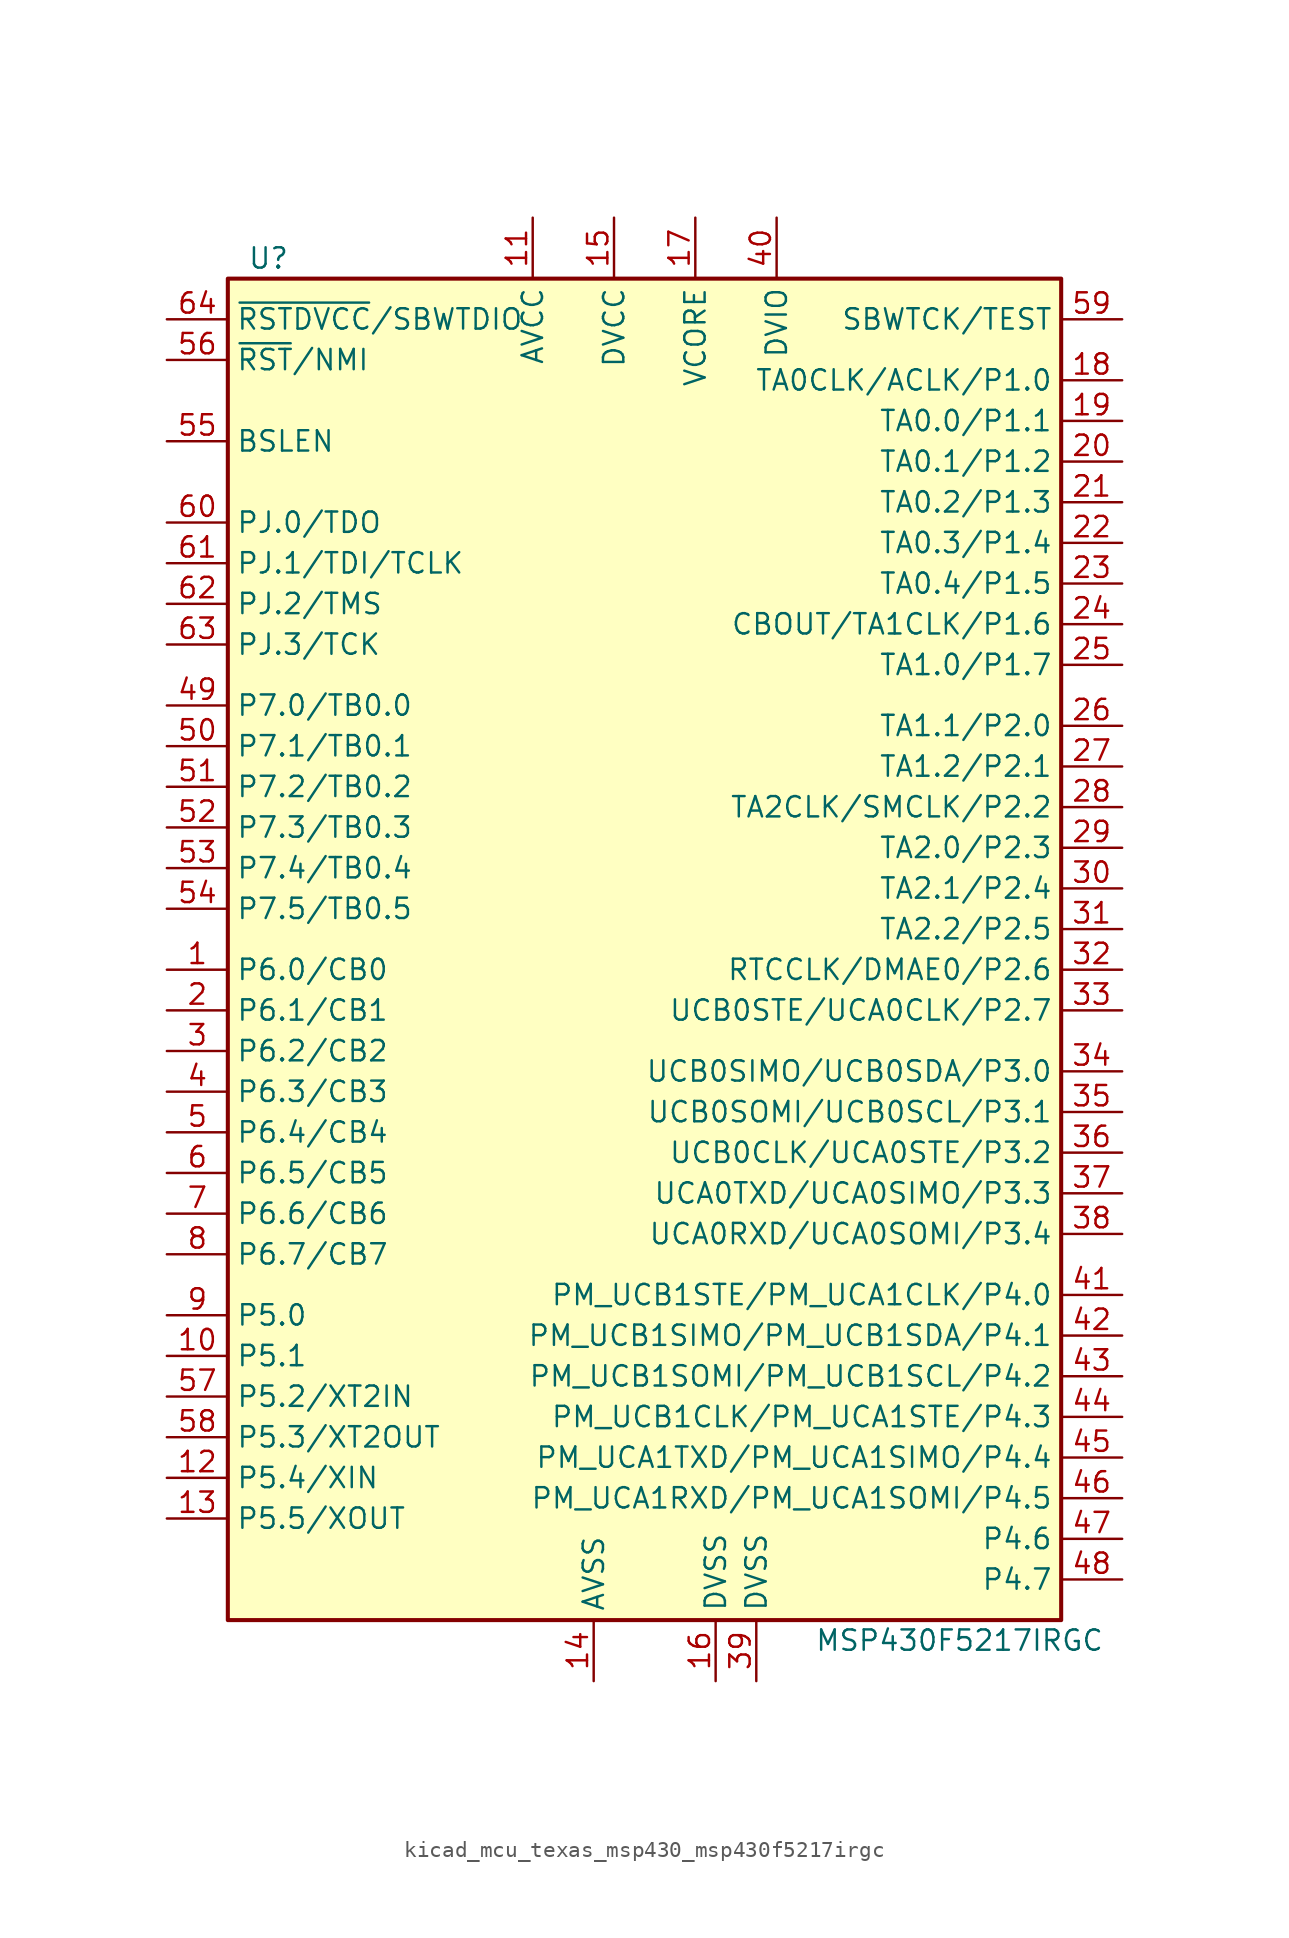
<source format=kicad_sym>
(kicad_symbol_lib
  (version 20220914)
  (generator kicad_symbol_editor)
  (symbol "kicad_mcu_texas_msp430_msp430f5217irgc"
    (property "Reference" "U"
      (at -24.13 43.18 0)
      (effects (font (size 1.27 1.27))))
    (property "Value" "MSP430F5217IRGC"
      (at 19.05 -43.18 0)
      (effects (font (size 1.27 1.27))))
    (symbol "kicad_mcu_texas_msp430_msp430f5217irgc_0_1"
      (rectangle (start -26.67 41.91) (end 25.4 -41.91) (stroke (width 0.254) (type default)) (fill (type background))))
    (symbol "kicad_mcu_texas_msp430_msp430f5217irgc_1_1"
      (pin bidirectional line (at -30.48 -1.27 0) (length 3.81) (name "P6.0/CB0" (effects (font (size 1.27 1.27)))) (number "1" (effects (font (size 1.27 1.27)))))
      (pin bidirectional line (at -30.48 -25.4 0) (length 3.81) (name "P5.1" (effects (font (size 1.27 1.27)))) (number "10" (effects (font (size 1.27 1.27)))))
      (pin power_in line (at -7.62 45.72 270) (length 3.81) (name "AVCC" (effects (font (size 1.27 1.27)))) (number "11" (effects (font (size 1.27 1.27)))))
      (pin bidirectional line (at -30.48 -33.02 0) (length 3.81) (name "P5.4/XIN" (effects (font (size 1.27 1.27)))) (number "12" (effects (font (size 1.27 1.27)))))
      (pin bidirectional line (at -30.48 -35.56 0) (length 3.81) (name "P5.5/XOUT" (effects (font (size 1.27 1.27)))) (number "13" (effects (font (size 1.27 1.27)))))
      (pin power_in line (at -3.81 -45.72 90) (length 3.81) (name "AVSS" (effects (font (size 1.27 1.27)))) (number "14" (effects (font (size 1.27 1.27)))))
      (pin power_in line (at -2.54 45.72 270) (length 3.81) (name "DVCC" (effects (font (size 1.27 1.27)))) (number "15" (effects (font (size 1.27 1.27)))))
      (pin power_in line (at 3.81 -45.72 90) (length 3.81) (name "DVSS" (effects (font (size 1.27 1.27)))) (number "16" (effects (font (size 1.27 1.27)))))
      (pin power_in line (at 2.54 45.72 270) (length 3.81) (name "VCORE" (effects (font (size 1.27 1.27)))) (number "17" (effects (font (size 1.27 1.27)))))
      (pin bidirectional line (at 29.21 35.56 180) (length 3.81) (name "TA0CLK/ACLK/P1.0" (effects (font (size 1.27 1.27)))) (number "18" (effects (font (size 1.27 1.27)))))
      (pin bidirectional line (at 29.21 33.02 180) (length 3.81) (name "TA0.0/P1.1" (effects (font (size 1.27 1.27)))) (number "19" (effects (font (size 1.27 1.27)))))
      (pin bidirectional line (at -30.48 -3.81 0) (length 3.81) (name "P6.1/CB1" (effects (font (size 1.27 1.27)))) (number "2" (effects (font (size 1.27 1.27)))))
      (pin bidirectional line (at 29.21 30.48 180) (length 3.81) (name "TA0.1/P1.2" (effects (font (size 1.27 1.27)))) (number "20" (effects (font (size 1.27 1.27)))))
      (pin bidirectional line (at 29.21 27.94 180) (length 3.81) (name "TA0.2/P1.3" (effects (font (size 1.27 1.27)))) (number "21" (effects (font (size 1.27 1.27)))))
      (pin bidirectional line (at 29.21 25.4 180) (length 3.81) (name "TA0.3/P1.4" (effects (font (size 1.27 1.27)))) (number "22" (effects (font (size 1.27 1.27)))))
      (pin bidirectional line (at 29.21 22.86 180) (length 3.81) (name "TA0.4/P1.5" (effects (font (size 1.27 1.27)))) (number "23" (effects (font (size 1.27 1.27)))))
      (pin bidirectional line (at 29.21 20.32 180) (length 3.81) (name "CBOUT/TA1CLK/P1.6" (effects (font (size 1.27 1.27)))) (number "24" (effects (font (size 1.27 1.27)))))
      (pin bidirectional line (at 29.21 17.78 180) (length 3.81) (name "TA1.0/P1.7" (effects (font (size 1.27 1.27)))) (number "25" (effects (font (size 1.27 1.27)))))
      (pin bidirectional line (at 29.21 13.97 180) (length 3.81) (name "TA1.1/P2.0" (effects (font (size 1.27 1.27)))) (number "26" (effects (font (size 1.27 1.27)))))
      (pin bidirectional line (at 29.21 11.43 180) (length 3.81) (name "TA1.2/P2.1" (effects (font (size 1.27 1.27)))) (number "27" (effects (font (size 1.27 1.27)))))
      (pin bidirectional line (at 29.21 8.89 180) (length 3.81) (name "TA2CLK/SMCLK/P2.2" (effects (font (size 1.27 1.27)))) (number "28" (effects (font (size 1.27 1.27)))))
      (pin bidirectional line (at 29.21 6.35 180) (length 3.81) (name "TA2.0/P2.3" (effects (font (size 1.27 1.27)))) (number "29" (effects (font (size 1.27 1.27)))))
      (pin bidirectional line (at -30.48 -6.35 0) (length 3.81) (name "P6.2/CB2" (effects (font (size 1.27 1.27)))) (number "3" (effects (font (size 1.27 1.27)))))
      (pin bidirectional line (at 29.21 3.81 180) (length 3.81) (name "TA2.1/P2.4" (effects (font (size 1.27 1.27)))) (number "30" (effects (font (size 1.27 1.27)))))
      (pin bidirectional line (at 29.21 1.27 180) (length 3.81) (name "TA2.2/P2.5" (effects (font (size 1.27 1.27)))) (number "31" (effects (font (size 1.27 1.27)))))
      (pin bidirectional line (at 29.21 -1.27 180) (length 3.81) (name "RTCCLK/DMAE0/P2.6" (effects (font (size 1.27 1.27)))) (number "32" (effects (font (size 1.27 1.27)))))
      (pin bidirectional line (at 29.21 -3.81 180) (length 3.81) (name "UCB0STE/UCA0CLK/P2.7" (effects (font (size 1.27 1.27)))) (number "33" (effects (font (size 1.27 1.27)))))
      (pin bidirectional line (at 29.21 -7.62 180) (length 3.81) (name "UCB0SIMO/UCB0SDA/P3.0" (effects (font (size 1.27 1.27)))) (number "34" (effects (font (size 1.27 1.27)))))
      (pin bidirectional line (at 29.21 -10.16 180) (length 3.81) (name "UCB0SOMI/UCB0SCL/P3.1" (effects (font (size 1.27 1.27)))) (number "35" (effects (font (size 1.27 1.27)))))
      (pin bidirectional line (at 29.21 -12.7 180) (length 3.81) (name "UCB0CLK/UCA0STE/P3.2" (effects (font (size 1.27 1.27)))) (number "36" (effects (font (size 1.27 1.27)))))
      (pin bidirectional line (at 29.21 -15.24 180) (length 3.81) (name "UCA0TXD/UCA0SIMO/P3.3" (effects (font (size 1.27 1.27)))) (number "37" (effects (font (size 1.27 1.27)))))
      (pin bidirectional line (at 29.21 -17.78 180) (length 3.81) (name "UCA0RXD/UCA0SOMI/P3.4" (effects (font (size 1.27 1.27)))) (number "38" (effects (font (size 1.27 1.27)))))
      (pin power_in line (at 6.35 -45.72 90) (length 3.81) (name "DVSS" (effects (font (size 1.27 1.27)))) (number "39" (effects (font (size 1.27 1.27)))))
      (pin bidirectional line (at -30.48 -8.89 0) (length 3.81) (name "P6.3/CB3" (effects (font (size 1.27 1.27)))) (number "4" (effects (font (size 1.27 1.27)))))
      (pin power_in line (at 7.62 45.72 270) (length 3.81) (name "DVIO" (effects (font (size 1.27 1.27)))) (number "40" (effects (font (size 1.27 1.27)))))
      (pin bidirectional line (at 29.21 -21.59 180) (length 3.81) (name "PM_UCB1STE/PM_UCA1CLK/P4.0" (effects (font (size 1.27 1.27)))) (number "41" (effects (font (size 1.27 1.27)))))
      (pin bidirectional line (at 29.21 -24.13 180) (length 3.81) (name "PM_UCB1SIMO/PM_UCB1SDA/P4.1" (effects (font (size 1.27 1.27)))) (number "42" (effects (font (size 1.27 1.27)))))
      (pin bidirectional line (at 29.21 -26.67 180) (length 3.81) (name "PM_UCB1SOMI/PM_UCB1SCL/P4.2" (effects (font (size 1.27 1.27)))) (number "43" (effects (font (size 1.27 1.27)))))
      (pin bidirectional line (at 29.21 -29.21 180) (length 3.81) (name "PM_UCB1CLK/PM_UCA1STE/P4.3" (effects (font (size 1.27 1.27)))) (number "44" (effects (font (size 1.27 1.27)))))
      (pin bidirectional line (at 29.21 -31.75 180) (length 3.81) (name "PM_UCA1TXD/PM_UCA1SIMO/P4.4" (effects (font (size 1.27 1.27)))) (number "45" (effects (font (size 1.27 1.27)))))
      (pin bidirectional line (at 29.21 -34.29 180) (length 3.81) (name "PM_UCA1RXD/PM_UCA1SOMI/P4.5" (effects (font (size 1.27 1.27)))) (number "46" (effects (font (size 1.27 1.27)))))
      (pin bidirectional line (at 29.21 -36.83 180) (length 3.81) (name "P4.6" (effects (font (size 1.27 1.27)))) (number "47" (effects (font (size 1.27 1.27)))))
      (pin bidirectional line (at 29.21 -39.37 180) (length 3.81) (name "P4.7" (effects (font (size 1.27 1.27)))) (number "48" (effects (font (size 1.27 1.27)))))
      (pin bidirectional line (at -30.48 15.24 0) (length 3.81) (name "P7.0/TB0.0" (effects (font (size 1.27 1.27)))) (number "49" (effects (font (size 1.27 1.27)))))
      (pin bidirectional line (at -30.48 -11.43 0) (length 3.81) (name "P6.4/CB4" (effects (font (size 1.27 1.27)))) (number "5" (effects (font (size 1.27 1.27)))))
      (pin bidirectional line (at -30.48 12.7 0) (length 3.81) (name "P7.1/TB0.1" (effects (font (size 1.27 1.27)))) (number "50" (effects (font (size 1.27 1.27)))))
      (pin bidirectional line (at -30.48 10.16 0) (length 3.81) (name "P7.2/TB0.2" (effects (font (size 1.27 1.27)))) (number "51" (effects (font (size 1.27 1.27)))))
      (pin bidirectional line (at -30.48 7.62 0) (length 3.81) (name "P7.3/TB0.3" (effects (font (size 1.27 1.27)))) (number "52" (effects (font (size 1.27 1.27)))))
      (pin bidirectional line (at -30.48 5.08 0) (length 3.81) (name "P7.4/TB0.4" (effects (font (size 1.27 1.27)))) (number "53" (effects (font (size 1.27 1.27)))))
      (pin bidirectional line (at -30.48 2.54 0) (length 3.81) (name "P7.5/TB0.5" (effects (font (size 1.27 1.27)))) (number "54" (effects (font (size 1.27 1.27)))))
      (pin bidirectional line (at -30.48 31.75 0) (length 3.81) (name "BSLEN" (effects (font (size 1.27 1.27)))) (number "55" (effects (font (size 1.27 1.27)))))
      (pin input line (at -30.48 36.83 0) (length 3.81) (name "~{RST}/NMI" (effects (font (size 1.27 1.27)))) (number "56" (effects (font (size 1.27 1.27)))))
      (pin bidirectional line (at -30.48 -27.94 0) (length 3.81) (name "P5.2/XT2IN" (effects (font (size 1.27 1.27)))) (number "57" (effects (font (size 1.27 1.27)))))
      (pin bidirectional line (at -30.48 -30.48 0) (length 3.81) (name "P5.3/XT2OUT" (effects (font (size 1.27 1.27)))) (number "58" (effects (font (size 1.27 1.27)))))
      (pin input line (at 29.21 39.37 180) (length 3.81) (name "SBWTCK/TEST" (effects (font (size 1.27 1.27)))) (number "59" (effects (font (size 1.27 1.27)))))
      (pin bidirectional line (at -30.48 -13.97 0) (length 3.81) (name "P6.5/CB5" (effects (font (size 1.27 1.27)))) (number "6" (effects (font (size 1.27 1.27)))))
      (pin bidirectional line (at -30.48 26.67 0) (length 3.81) (name "PJ.0/TDO" (effects (font (size 1.27 1.27)))) (number "60" (effects (font (size 1.27 1.27)))))
      (pin bidirectional line (at -30.48 24.13 0) (length 3.81) (name "PJ.1/TDI/TCLK" (effects (font (size 1.27 1.27)))) (number "61" (effects (font (size 1.27 1.27)))))
      (pin bidirectional line (at -30.48 21.59 0) (length 3.81) (name "PJ.2/TMS" (effects (font (size 1.27 1.27)))) (number "62" (effects (font (size 1.27 1.27)))))
      (pin bidirectional line (at -30.48 19.05 0) (length 3.81) (name "PJ.3/TCK" (effects (font (size 1.27 1.27)))) (number "63" (effects (font (size 1.27 1.27)))))
      (pin bidirectional line (at -30.48 39.37 0) (length 3.81) (name "~{RSTDVCC}/SBWTDIO" (effects (font (size 1.27 1.27)))) (number "64" (effects (font (size 1.27 1.27)))))
      (pin bidirectional line (at -30.48 -16.51 0) (length 3.81) (name "P6.6/CB6" (effects (font (size 1.27 1.27)))) (number "7" (effects (font (size 1.27 1.27)))))
      (pin bidirectional line (at -30.48 -19.05 0) (length 3.81) (name "P6.7/CB7" (effects (font (size 1.27 1.27)))) (number "8" (effects (font (size 1.27 1.27)))))
      (pin bidirectional line (at -30.48 -22.86 0) (length 3.81) (name "P5.0" (effects (font (size 1.27 1.27)))) (number "9" (effects (font (size 1.27 1.27))))))))
</source>
